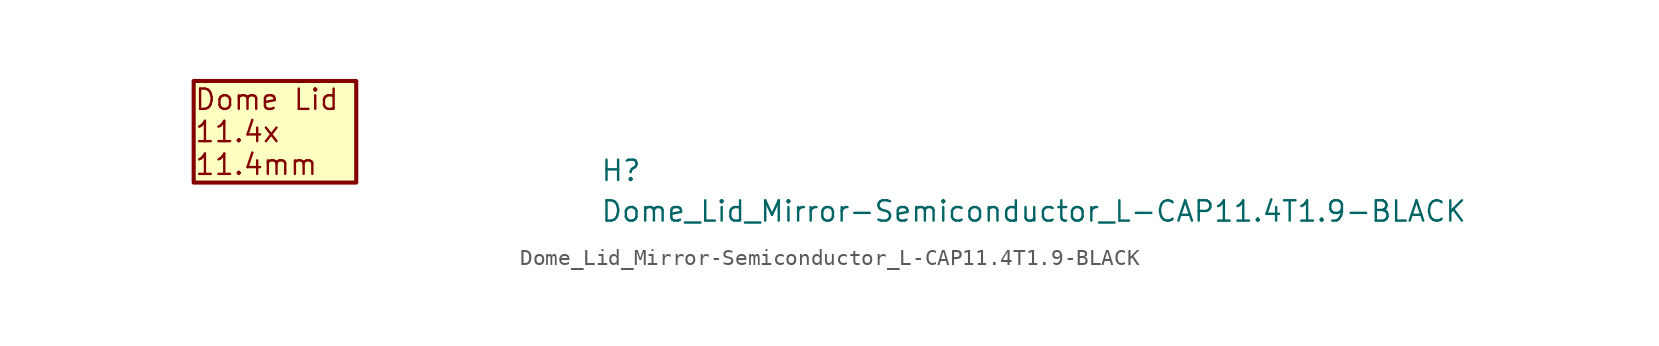
<source format=kicad_sym>
(kicad_symbol_lib
  (version 20220914)
  (generator kicad_symbol_editor)
  (symbol "Dome_Lid_Mirror-Semiconductor_L-CAP11.4T1.9-BLACK"
    (property "Reference" "H"
      (at 20.32 -2.54 0)
      (effects (font (size 1.27 1.27) (thickness 0.15)) (justify left bottom)))
    (property "Value" "Dome_Lid_Mirror-Semiconductor_L-CAP11.4T1.9-BLACK"
      (at 20.32 -5.08 0)
      (effects (font (size 1.27 1.27) (thickness 0.15)) (justify left bottom)))
    (symbol "Dome_Lid_Mirror-Semiconductor_L-CAP11.4T1.9-BLACK_1_1"
      (rectangle (start -5.08 3.81) (end 5.08 -2.54) (stroke (width 0.254) (type default)) (fill (type background)))
      (text "11.4x\n11.4mm	" (at -5.08 -2.159 0) (effects (font (size 1.27 1.27) (thickness 0.15)) (justify left bottom)))
      (text "Dome Lid" (at -5.08 1.905 0) (effects (font (size 1.27 1.27) (thickness 0.15)) (justify left bottom))))))
</source>
